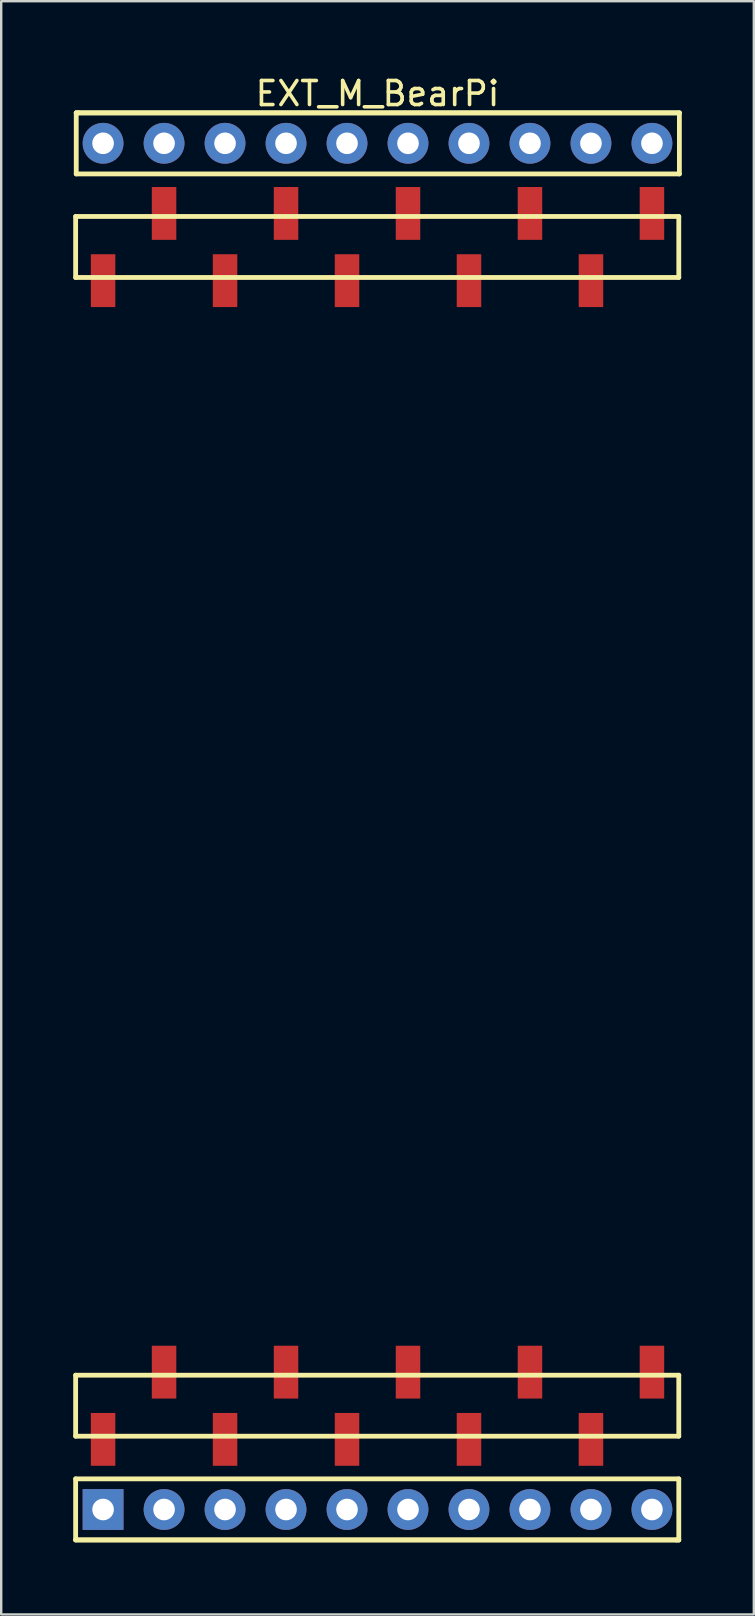
<source format=kicad_pcb>
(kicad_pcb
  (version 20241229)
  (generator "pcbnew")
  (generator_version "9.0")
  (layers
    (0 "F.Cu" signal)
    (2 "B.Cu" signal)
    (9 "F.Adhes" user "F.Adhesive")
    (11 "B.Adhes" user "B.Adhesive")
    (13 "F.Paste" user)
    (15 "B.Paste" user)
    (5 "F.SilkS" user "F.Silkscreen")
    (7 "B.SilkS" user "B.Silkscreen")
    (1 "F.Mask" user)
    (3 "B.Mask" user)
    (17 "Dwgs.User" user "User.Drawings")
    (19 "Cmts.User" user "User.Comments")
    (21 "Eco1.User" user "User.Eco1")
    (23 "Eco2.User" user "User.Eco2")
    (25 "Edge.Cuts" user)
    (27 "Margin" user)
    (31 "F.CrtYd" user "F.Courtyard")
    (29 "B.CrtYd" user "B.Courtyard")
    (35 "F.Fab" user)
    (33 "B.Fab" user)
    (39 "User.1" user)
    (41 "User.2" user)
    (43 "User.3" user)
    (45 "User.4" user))
  (footprint "EXT_M_BearPi"
    (layer "F.Cu")
    (at 13.308 30.737)
    (property "Reference" "EXT_M_BearPi" (at -0.635 -29.889 0) (unlocked yes) (layer "F.SilkS") (effects (font (size 1 1) (thickness 0.15))))
    (fp_line (start -13.208 -24.771) (end 11.913 -24.771) (stroke (width 0.2) (type solid)) (layer "F.SilkS"))
    (fp_line (start -13.208 -22.231) (end -13.208 -24.771) (stroke (width 0.2) (type solid)) (layer "F.SilkS"))
    (fp_line (start -13.208 -22.231) (end 11.913 -22.231) (stroke (width 0.2) (type solid)) (layer "F.SilkS"))
    (fp_line (start -13.208 23.489) (end 11.913 23.489) (stroke (width 0.2) (type solid)) (layer "F.SilkS"))
    (fp_line (start -13.208 26.029) (end -13.208 23.489) (stroke (width 0.2) (type solid)) (layer "F.SilkS"))
    (fp_line (start -13.208 26.029) (end 11.913 26.029) (stroke (width 0.2) (type solid)) (layer "F.SilkS"))
    (fp_line (start -13.208 27.807) (end 11.913 27.807) (stroke (width 0.2) (type solid)) (layer "F.SilkS"))
    (fp_line (start -13.208 30.347) (end -13.208 27.807) (stroke (width 0.2) (type solid)) (layer "F.SilkS"))
    (fp_line (start -13.208 30.347) (end 11.913 30.347) (stroke (width 0.2) (type solid)) (layer "F.SilkS"))
    (fp_line (start -13.208 30.353) (end 11.811 30.353) (stroke (width 0.2) (type solid)) (layer "F.SilkS"))
    (fp_line (start -13.183 -29.089) (end -13.081 -29.089) (stroke (width 0.2) (type solid)) (layer "F.SilkS"))
    (fp_line (start -13.183 -29.083) (end 11.938 -29.083) (stroke (width 0.2) (type solid)) (layer "F.SilkS"))
    (fp_line (start -13.183 -26.543) (end -13.183 -29.089) (stroke (width 0.2) (type solid)) (layer "F.SilkS"))
    (fp_line (start -13.183 -26.543) (end 11.938 -26.543) (stroke (width 0.2) (type solid)) (layer "F.SilkS"))
    (fp_line (start -13.081 -29.089) (end 11.938 -29.089) (stroke (width 0.2) (type solid)) (layer "F.SilkS"))
    (fp_line (start 11.811 30.353) (end 11.913 30.353) (stroke (width 0.2) (type solid)) (layer "F.SilkS"))
    (fp_line (start 11.913 -22.231) (end 11.913 -24.771) (stroke (width 0.2) (type solid)) (layer "F.SilkS"))
    (fp_line (start 11.913 26.029) (end 11.913 23.489) (stroke (width 0.2) (type solid)) (layer "F.SilkS"))
    (fp_line (start 11.913 30.353) (end 11.913 27.807) (stroke (width 0.2) (type solid)) (layer "F.SilkS"))
    (fp_line (start 11.938 -26.543) (end 11.938 -29.083) (stroke (width 0.2) (type solid)) (layer "F.SilkS"))
    (pad "1" smd rect (at -12.065 26.162) (size 1.02 2.2) (layers "F.Cu" "F.Mask" "F.Paste"))
    (pad "1" thru_hole rect (at -12.065 29.083) (size 1.7 1.7) (drill 0.9) (layers "*.Cu" "*.Mask"))
    (pad "2" smd rect (at -9.525 23.362) (size 1.02 2.2) (layers "F.Cu" "F.Mask" "F.Paste"))
    (pad "2" thru_hole circle (at -9.525 29.083) (size 1.7 1.7) (drill 0.9) (layers "*.Cu" "*.Mask"))
    (pad "3" smd rect (at -6.985 26.162) (size 1.02 2.2) (layers "F.Cu" "F.Mask" "F.Paste"))
    (pad "3" thru_hole circle (at -6.985 29.083) (size 1.7 1.7) (drill 0.9) (layers "*.Cu" "*.Mask"))
    (pad "4" smd rect (at -4.445 23.362) (size 1.02 2.2) (layers "F.Cu" "F.Mask" "F.Paste"))
    (pad "4" thru_hole circle (at -4.445 29.083) (size 1.7 1.7) (drill 0.9) (layers "*.Cu" "*.Mask"))
    (pad "5" smd rect (at -1.905 26.162) (size 1.02 2.2) (layers "F.Cu" "F.Mask" "F.Paste"))
    (pad "5" thru_hole circle (at -1.905 29.083) (size 1.7 1.7) (drill 0.9) (layers "*.Cu" "*.Mask"))
    (pad "6" smd rect (at 0.635 23.362) (size 1.02 2.2) (layers "F.Cu" "F.Mask" "F.Paste"))
    (pad "6" thru_hole circle (at 0.635 29.083) (size 1.7 1.7) (drill 0.9) (layers "*.Cu" "*.Mask"))
    (pad "7" smd rect (at 3.175 26.162) (size 1.02 2.2) (layers "F.Cu" "F.Mask" "F.Paste"))
    (pad "7" thru_hole circle (at 3.175 29.083) (size 1.7 1.7) (drill 0.9) (layers "*.Cu" "*.Mask"))
    (pad "8" smd rect (at 5.715 23.362) (size 1.02 2.2) (layers "F.Cu" "F.Mask" "F.Paste"))
    (pad "8" thru_hole circle (at 5.715 29.083) (size 1.7 1.7) (drill 0.9) (layers "*.Cu" "*.Mask"))
    (pad "9" smd rect (at 8.255 26.162) (size 1.02 2.2) (layers "F.Cu" "F.Mask" "F.Paste"))
    (pad "9" thru_hole circle (at 8.255 29.083) (size 1.7 1.7) (drill 0.9) (layers "*.Cu" "*.Mask"))
    (pad "10" smd rect (at 10.795 23.362) (size 1.02 2.2) (layers "F.Cu" "F.Mask" "F.Paste"))
    (pad "10" thru_hole circle (at 10.795 29.083) (size 1.7 1.7) (drill 0.9) (layers "*.Cu" "*.Mask"))
    (pad "11" thru_hole circle (at 10.795 -27.819 180) (size 1.7 1.7) (drill 0.9) (layers "*.Cu" "*.Mask"))
    (pad "11" smd rect (at 10.795 -24.898) (size 1.02 2.2) (layers "F.Cu" "F.Mask" "F.Paste"))
    (pad "12" thru_hole circle (at 8.255 -27.819 180) (size 1.7 1.7) (drill 0.9) (layers "*.Cu" "*.Mask"))
    (pad "12" smd rect (at 8.255 -22.098) (size 1.02 2.2) (layers "F.Cu" "F.Mask" "F.Paste"))
    (pad "13" thru_hole circle (at 5.715 -27.819 180) (size 1.7 1.7) (drill 0.9) (layers "*.Cu" "*.Mask"))
    (pad "13" smd rect (at 5.715 -24.898) (size 1.02 2.2) (layers "F.Cu" "F.Mask" "F.Paste"))
    (pad "14" thru_hole circle (at 3.175 -27.819 180) (size 1.7 1.7) (drill 0.9) (layers "*.Cu" "*.Mask"))
    (pad "14" smd rect (at 3.175 -22.098) (size 1.02 2.2) (layers "F.Cu" "F.Mask" "F.Paste"))
    (pad "15" thru_hole circle (at 0.635 -27.819 180) (size 1.7 1.7) (drill 0.9) (layers "*.Cu" "*.Mask"))
    (pad "15" smd rect (at 0.635 -24.898) (size 1.02 2.2) (layers "F.Cu" "F.Mask" "F.Paste"))
    (pad "16" thru_hole circle (at -1.905 -27.819 180) (size 1.7 1.7) (drill 0.9) (layers "*.Cu" "*.Mask"))
    (pad "16" smd rect (at -1.905 -22.098) (size 1.02 2.2) (layers "F.Cu" "F.Mask" "F.Paste"))
    (pad "17" thru_hole circle (at -4.445 -27.819 180) (size 1.7 1.7) (drill 0.9) (layers "*.Cu" "*.Mask"))
    (pad "17" smd rect (at -4.445 -24.898) (size 1.02 2.2) (layers "F.Cu" "F.Mask" "F.Paste"))
    (pad "18" thru_hole circle (at -6.985 -27.819 180) (size 1.7 1.7) (drill 0.9) (layers "*.Cu" "*.Mask"))
    (pad "18" smd rect (at -6.985 -22.098) (size 1.02 2.2) (layers "F.Cu" "F.Mask" "F.Paste"))
    (pad "19" thru_hole circle (at -9.525 -27.819 180) (size 1.7 1.7) (drill 0.9) (layers "*.Cu" "*.Mask"))
    (pad "19" smd rect (at -9.525 -24.898) (size 1.02 2.2) (layers "F.Cu" "F.Mask" "F.Paste"))
    (pad "20" thru_hole circle (at -12.065 -27.819 180) (size 1.7 1.7) (drill 0.9) (layers "*.Cu" "*.Mask"))
    (pad "20" smd rect (at -12.065 -22.098) (size 1.02 2.2) (layers "F.Cu" "F.Mask" "F.Paste")))
  (gr_rect
    (start -3 -3)
    (end 28.346 64.19)
    (stroke (width 0.1) (type default))
    (fill no)
    (layer "Edge.Cuts")))
</source>
